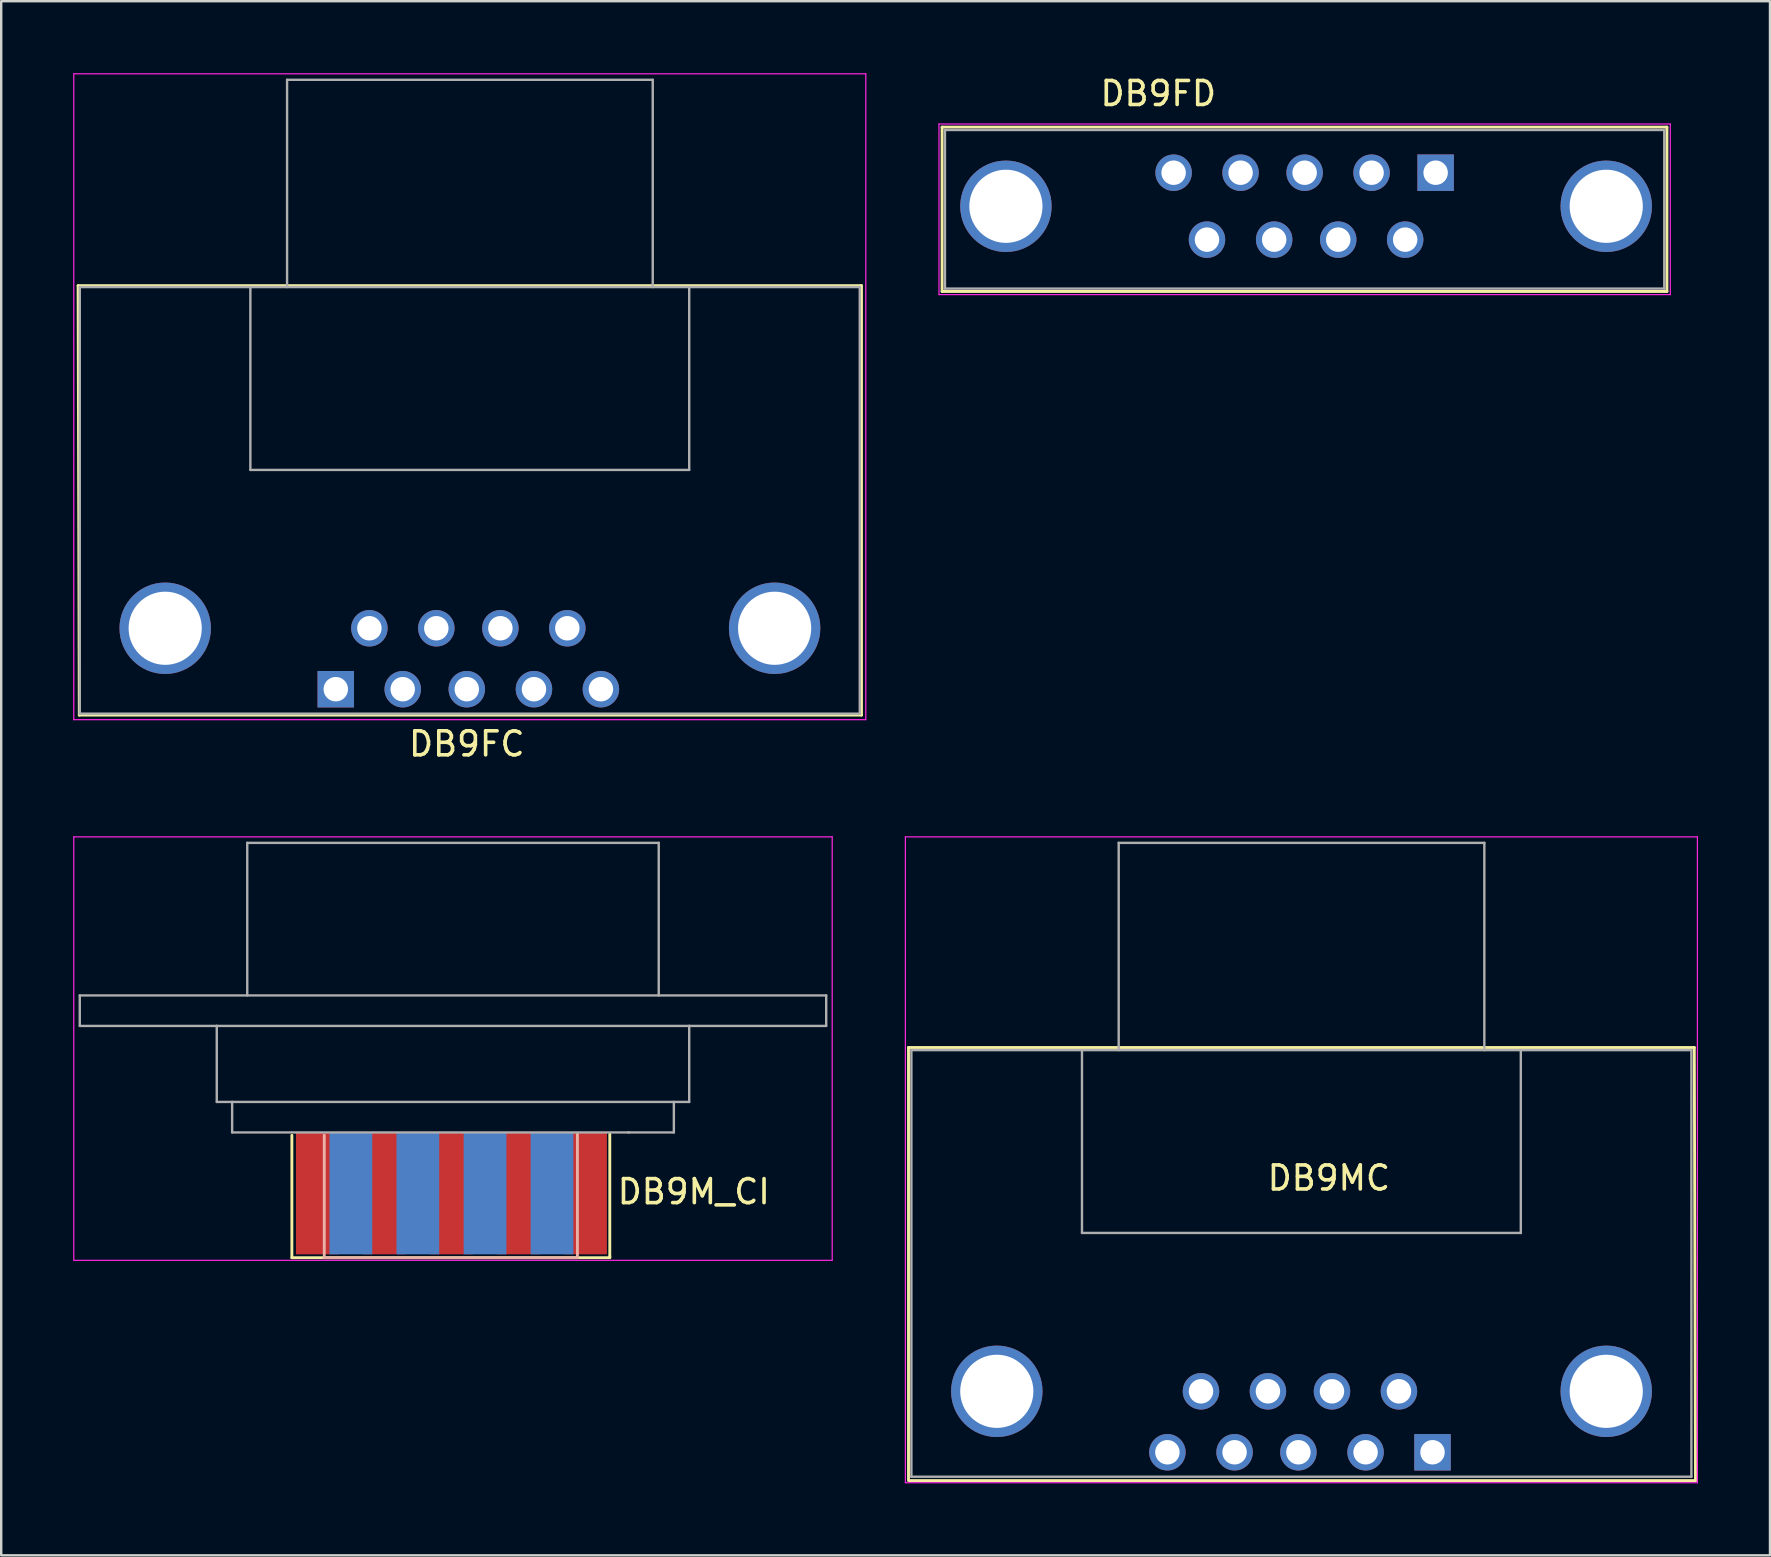
<source format=kicad_pcb>
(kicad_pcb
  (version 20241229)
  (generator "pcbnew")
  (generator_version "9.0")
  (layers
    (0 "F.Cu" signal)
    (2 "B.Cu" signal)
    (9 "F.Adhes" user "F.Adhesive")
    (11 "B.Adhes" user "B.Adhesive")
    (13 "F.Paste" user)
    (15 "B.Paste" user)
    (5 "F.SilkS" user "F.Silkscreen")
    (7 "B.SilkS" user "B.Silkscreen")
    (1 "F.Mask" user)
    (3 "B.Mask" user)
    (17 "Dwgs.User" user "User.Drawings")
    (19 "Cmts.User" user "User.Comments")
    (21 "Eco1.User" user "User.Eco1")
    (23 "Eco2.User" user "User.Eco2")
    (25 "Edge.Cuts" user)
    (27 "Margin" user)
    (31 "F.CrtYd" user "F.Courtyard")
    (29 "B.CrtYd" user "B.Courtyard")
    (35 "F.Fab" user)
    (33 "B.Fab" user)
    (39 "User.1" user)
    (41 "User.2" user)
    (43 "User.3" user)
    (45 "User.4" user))
  (footprint "DB9M_CI"
    (layer "F.Cu")
    (at 15.765 46.688)
    (property "Reference" "DB9M_CI" (at 10.1 -0.07 0) (layer "F.SilkS") (effects (font (size 1 1) (thickness 0.15))))
    (attr smd)
    (fp_line (start -6.65 2.68) (end -6.65 -2.42) (stroke (width 0.12) (type solid)) (layer "F.SilkS"))
    (fp_line (start 6.6 -2.47) (end 6.6 2.63) (stroke (width 0.12) (type solid)) (layer "F.SilkS"))
    (fp_line (start 6.6 2.63) (end 6.6 2.68) (stroke (width 0.12) (type solid)) (layer "F.SilkS"))
    (fp_line (start 6.6 2.68) (end -6.65 2.68) (stroke (width 0.12) (type solid)) (layer "F.SilkS"))
    (fp_line (start -5.3 2.68) (end -5.3 -2.42) (stroke (width 0.12) (type solid)) (layer "B.SilkS"))
    (fp_line (start 5.25 -2.47) (end 5.25 2.68) (stroke (width 0.12) (type solid)) (layer "B.SilkS"))
    (fp_line (start 5.25 2.68) (end -5.3 2.68) (stroke (width 0.12) (type solid)) (layer "B.SilkS"))
    (fp_line (start -15.74 -14.86) (end -15.74 2.79) (stroke (width 0.05) (type solid)) (layer "F.CrtYd"))
    (fp_line (start -15.74 -14.86) (end 15.87 -14.86) (stroke (width 0.05) (type solid)) (layer "F.CrtYd"))
    (fp_line (start 15.87 2.79) (end -15.74 2.79) (stroke (width 0.05) (type solid)) (layer "F.CrtYd"))
    (fp_line (start 15.87 2.79) (end 15.87 -14.86) (stroke (width 0.05) (type solid)) (layer "F.CrtYd"))
    (fp_line (start -15.49 -8.25) (end 15.62 -8.25) (stroke (width 0.1) (type solid)) (layer "F.Fab"))
    (fp_line (start -15.49 -6.98) (end -15.49 -8.25) (stroke (width 0.1) (type solid)) (layer "F.Fab"))
    (fp_line (start -9.78 -6.98) (end -15.49 -6.98) (stroke (width 0.1) (type solid)) (layer "F.Fab"))
    (fp_line (start -9.78 -3.81) (end -9.78 -6.98) (stroke (width 0.1) (type solid)) (layer "F.Fab"))
    (fp_line (start -9.14 -3.81) (end -9.78 -3.81) (stroke (width 0.1) (type solid)) (layer "F.Fab"))
    (fp_line (start -9.14 -2.54) (end -9.14 -3.81) (stroke (width 0.1) (type solid)) (layer "F.Fab"))
    (fp_line (start -8.51 -14.61) (end 8.64 -14.61) (stroke (width 0.1) (type solid)) (layer "F.Fab"))
    (fp_line (start -8.51 -8.25) (end -8.51 -14.61) (stroke (width 0.1) (type solid)) (layer "F.Fab"))
    (fp_line (start 7.37 -2.54) (end 9.27 -2.54) (stroke (width 0.1) (type solid)) (layer "F.Fab"))
    (fp_line (start 7.4 -2.54) (end -9.14 -2.54) (stroke (width 0.1) (type solid)) (layer "F.Fab"))
    (fp_line (start 8.64 -8.25) (end 8.64 -14.61) (stroke (width 0.1) (type solid)) (layer "F.Fab"))
    (fp_line (start 9.27 -3.81) (end -9.14 -3.81) (stroke (width 0.1) (type solid)) (layer "F.Fab"))
    (fp_line (start 9.27 -2.54) (end 9.27 -3.81) (stroke (width 0.1) (type solid)) (layer "F.Fab"))
    (fp_line (start 9.91 -6.98) (end -9.78 -6.98) (stroke (width 0.1) (type solid)) (layer "F.Fab"))
    (fp_line (start 9.91 -3.81) (end 9.27 -3.81) (stroke (width 0.1) (type solid)) (layer "F.Fab"))
    (fp_line (start 9.91 -3.81) (end 9.91 -6.98) (stroke (width 0.1) (type solid)) (layer "F.Fab"))
    (fp_line (start 15.62 -6.98) (end 9.91 -6.98) (stroke (width 0.1) (type solid)) (layer "F.Fab"))
    (fp_line (start 15.62 -6.98) (end 15.62 -8.25) (stroke (width 0.1) (type solid)) (layer "F.Fab"))
    (pad "1" connect rect (at 5.59 0) (size 1.78 5.08) (layers "F.Cu" "F.Mask"))
    (pad "2" connect rect (at 2.8 0) (size 1.78 5.08) (layers "F.Cu" "F.Mask"))
    (pad "3" connect rect (at 0 0) (size 1.78 5.08) (layers "F.Cu" "F.Mask"))
    (pad "4" connect rect (at -2.79 0) (size 1.78 5.08) (layers "F.Cu" "F.Mask"))
    (pad "5" connect rect (at -5.59 0) (size 1.78 5.08) (layers "F.Cu" "F.Mask"))
    (pad "6" connect rect (at 4.19 0) (size 1.78 5.08) (layers "B.Cu" "B.Mask"))
    (pad "7" connect rect (at 1.4 0) (size 1.78 5.08) (layers "B.Cu" "B.Mask"))
    (pad "8" connect rect (at -1.4 0) (size 1.78 5.08) (layers "B.Cu" "B.Mask"))
    (pad "9" connect rect (at -4.19 0) (size 1.78 5.08) (layers "B.Cu" "B.Mask")))
  (footprint "DB9MC"
    (layer "F.Cu")
    (at 56.655 57.478)
    (property "Reference" "DB9MC" (at -4.32 -11.43 0) (layer "F.SilkS") (effects (font (size 1 1) (thickness 0.15))))
    (attr through_hole)
    (fp_line (start -21.84 -16.87) (end 10.91 -16.87) (stroke (width 0.12) (type solid)) (layer "F.SilkS"))
    (fp_line (start -21.84 1.13) (end -21.84 -16.87) (stroke (width 0.12) (type solid)) (layer "F.SilkS"))
    (fp_line (start 10.91 -16.87) (end 10.96 1.18) (stroke (width 0.12) (type solid)) (layer "F.SilkS"))
    (fp_line (start 10.96 1.18) (end -21.84 1.18) (stroke (width 0.12) (type solid)) (layer "F.SilkS"))
    (fp_line (start -21.97 -25.65) (end -21.97 1.27) (stroke (width 0.05) (type solid)) (layer "F.CrtYd"))
    (fp_line (start -21.97 -25.65) (end 11.04 -25.65) (stroke (width 0.05) (type solid)) (layer "F.CrtYd"))
    (fp_line (start 11.04 1.27) (end -21.97 1.27) (stroke (width 0.05) (type solid)) (layer "F.CrtYd"))
    (fp_line (start 11.04 1.27) (end 11.04 -25.65) (stroke (width 0.05) (type solid)) (layer "F.CrtYd"))
    (fp_line (start -21.72 -16.76) (end -21.72 1.02) (stroke (width 0.1) (type solid)) (layer "F.Fab"))
    (fp_line (start -21.72 1.02) (end 10.79 1.02) (stroke (width 0.1) (type solid)) (layer "F.Fab"))
    (fp_line (start -14.61 -16.76) (end -14.61 -9.14) (stroke (width 0.1) (type solid)) (layer "F.Fab"))
    (fp_line (start -14.61 -9.14) (end 3.68 -9.14) (stroke (width 0.1) (type solid)) (layer "F.Fab"))
    (fp_line (start -13.08 -25.4) (end 2.16 -25.4) (stroke (width 0.1) (type solid)) (layer "F.Fab"))
    (fp_line (start -13.08 -16.76) (end -13.08 -25.4) (stroke (width 0.1) (type solid)) (layer "F.Fab"))
    (fp_line (start 2.16 -25.4) (end 2.16 -16.76) (stroke (width 0.1) (type solid)) (layer "F.Fab"))
    (fp_line (start 3.68 -9.14) (end 3.68 -16.76) (stroke (width 0.1) (type solid)) (layer "F.Fab"))
    (fp_line (start 10.79 -16.76) (end -21.72 -16.76) (stroke (width 0.1) (type solid)) (layer "F.Fab"))
    (fp_line (start 10.79 1.02) (end 10.79 -16.76) (stroke (width 0.1) (type solid)) (layer "F.Fab"))
    (pad "" thru_hole circle (at -18.16 -2.54) (size 3.81 3.81) (drill 3.05) (layers "*.Cu" "*.Mask"))
    (pad "" thru_hole circle (at 7.24 -2.54) (size 3.81 3.81) (drill 3.05) (layers "*.Cu" "*.Mask"))
    (pad "1" thru_hole rect (at 0 0) (size 1.52 1.52) (drill 1.02) (layers "*.Cu" "*.Mask"))
    (pad "2" thru_hole circle (at -2.79 0) (size 1.52 1.52) (drill 1.02) (layers "*.Cu" "*.Mask"))
    (pad "3" thru_hole circle (at -5.59 0) (size 1.52 1.52) (drill 1.02) (layers "*.Cu" "*.Mask"))
    (pad "4" thru_hole circle (at -8.25 0) (size 1.52 1.52) (drill 1.02) (layers "*.Cu" "*.Mask"))
    (pad "5" thru_hole circle (at -11.05 0) (size 1.52 1.52) (drill 1.02) (layers "*.Cu" "*.Mask"))
    (pad "6" thru_hole circle (at -1.4 -2.54) (size 1.52 1.52) (drill 1.02) (layers "*.Cu" "*.Mask"))
    (pad "7" thru_hole circle (at -4.19 -2.54) (size 1.52 1.52) (drill 1.02) (layers "*.Cu" "*.Mask"))
    (pad "8" thru_hole circle (at -6.86 -2.54) (size 1.52 1.52) (drill 1.02) (layers "*.Cu" "*.Mask"))
    (pad "9" thru_hole circle (at -9.65 -2.54) (size 1.52 1.52) (drill 1.02) (layers "*.Cu" "*.Mask")))
  (footprint "DB9FD"
    (layer "F.Cu")
    (at 56.785 4.148)
    (property "Reference" "DB9FD" (at -11.56 -3.3 180) (layer "F.SilkS") (effects (font (size 1 1) (thickness 0.15))))
    (attr through_hole)
    (fp_line (start -20.57 -1.9) (end -20.57 4.95) (stroke (width 0.12) (type solid)) (layer "F.SilkS"))
    (fp_line (start -20.57 -1.9) (end 9.64 -1.9) (stroke (width 0.12) (type solid)) (layer "F.SilkS"))
    (fp_line (start 9.64 4.95) (end -20.57 4.95) (stroke (width 0.12) (type solid)) (layer "F.SilkS"))
    (fp_line (start 9.64 4.95) (end 9.64 -1.9) (stroke (width 0.12) (type solid)) (layer "F.SilkS"))
    (fp_line (start -20.7 -2.03) (end -20.7 5.08) (stroke (width 0.05) (type solid)) (layer "F.CrtYd"))
    (fp_line (start -20.7 -2.03) (end 9.78 -2.03) (stroke (width 0.05) (type solid)) (layer "F.CrtYd"))
    (fp_line (start 9.78 5.08) (end -20.7 5.08) (stroke (width 0.05) (type solid)) (layer "F.CrtYd"))
    (fp_line (start 9.78 5.08) (end 9.78 -2.03) (stroke (width 0.05) (type solid)) (layer "F.CrtYd"))
    (fp_line (start -20.45 -1.78) (end -20.45 4.83) (stroke (width 0.1) (type solid)) (layer "F.Fab"))
    (fp_line (start -20.45 4.83) (end 9.53 4.83) (stroke (width 0.1) (type solid)) (layer "F.Fab"))
    (fp_line (start 9.53 -1.78) (end -20.45 -1.78) (stroke (width 0.1) (type solid)) (layer "F.Fab"))
    (fp_line (start 9.53 4.83) (end 9.53 -1.78) (stroke (width 0.1) (type solid)) (layer "F.Fab"))
    (pad "0" thru_hole circle (at -17.91 1.4) (size 3.81 3.81) (drill 3.05) (layers "*.Cu" "*.Mask"))
    (pad "0" thru_hole circle (at 7.11 1.4) (size 3.81 3.81) (drill 3.05) (layers "*.Cu" "*.Mask"))
    (pad "1" thru_hole rect (at 0 0) (size 1.52 1.52) (drill 1.02) (layers "*.Cu" "*.Mask"))
    (pad "2" thru_hole circle (at -2.67 0) (size 1.52 1.52) (drill 1.02) (layers "*.Cu" "*.Mask"))
    (pad "3" thru_hole circle (at -5.46 0) (size 1.52 1.52) (drill 1.02) (layers "*.Cu" "*.Mask"))
    (pad "4" thru_hole circle (at -8.13 0) (size 1.52 1.52) (drill 1.02) (layers "*.Cu" "*.Mask"))
    (pad "5" thru_hole circle (at -10.92 0) (size 1.52 1.52) (drill 1.02) (layers "*.Cu" "*.Mask"))
    (pad "6" thru_hole circle (at -1.27 2.79) (size 1.52 1.52) (drill 1.02) (layers "*.Cu" "*.Mask"))
    (pad "7" thru_hole circle (at -4.06 2.79) (size 1.52 1.52) (drill 1.02) (layers "*.Cu" "*.Mask"))
    (pad "8" thru_hole circle (at -6.73 2.79) (size 1.52 1.52) (drill 1.02) (layers "*.Cu" "*.Mask"))
    (pad "9" thru_hole circle (at -9.53 2.79) (size 1.52 1.52) (drill 1.02) (layers "*.Cu" "*.Mask")))
  (footprint "DB9FC"
    (layer "F.Cu")
    (at 10.945 25.675)
    (property "Reference" "DB9FC" (at 5.46 2.28 0) (layer "F.SilkS") (effects (font (size 1 1) (thickness 0.15))))
    (attr through_hole)
    (fp_line (start -10.74 -16.82) (end -10.69 1.08) (stroke (width 0.12) (type solid)) (layer "F.SilkS"))
    (fp_line (start -10.69 1.08) (end 21.91 1.08) (stroke (width 0.12) (type solid)) (layer "F.SilkS"))
    (fp_line (start 21.91 -16.82) (end -10.74 -16.82) (stroke (width 0.12) (type solid)) (layer "F.SilkS"))
    (fp_line (start 21.91 1.08) (end 21.91 -16.82) (stroke (width 0.12) (type solid)) (layer "F.SilkS"))
    (fp_line (start -10.92 -25.65) (end -10.92 1.27) (stroke (width 0.05) (type solid)) (layer "F.CrtYd"))
    (fp_line (start -10.92 -25.65) (end 22.09 -25.65) (stroke (width 0.05) (type solid)) (layer "F.CrtYd"))
    (fp_line (start 22.09 1.27) (end -10.92 1.27) (stroke (width 0.05) (type solid)) (layer "F.CrtYd"))
    (fp_line (start 22.09 1.27) (end 22.09 -25.65) (stroke (width 0.05) (type solid)) (layer "F.CrtYd"))
    (fp_line (start -10.67 -16.76) (end -10.67 1.02) (stroke (width 0.1) (type solid)) (layer "F.Fab"))
    (fp_line (start -10.67 1.02) (end 21.84 1.02) (stroke (width 0.1) (type solid)) (layer "F.Fab"))
    (fp_line (start -3.56 -16.76) (end -3.56 -9.14) (stroke (width 0.1) (type solid)) (layer "F.Fab"))
    (fp_line (start -3.56 -9.14) (end 14.73 -9.14) (stroke (width 0.1) (type solid)) (layer "F.Fab"))
    (fp_line (start -2.03 -25.4) (end 13.21 -25.4) (stroke (width 0.1) (type solid)) (layer "F.Fab"))
    (fp_line (start -2.03 -16.76) (end -2.03 -25.4) (stroke (width 0.1) (type solid)) (layer "F.Fab"))
    (fp_line (start 13.21 -25.4) (end 13.21 -16.76) (stroke (width 0.1) (type solid)) (layer "F.Fab"))
    (fp_line (start 14.73 -9.14) (end 14.73 -16.76) (stroke (width 0.1) (type solid)) (layer "F.Fab"))
    (fp_line (start 21.84 -16.76) (end -10.67 -16.76) (stroke (width 0.1) (type solid)) (layer "F.Fab"))
    (fp_line (start 21.84 1.02) (end 21.84 -16.76) (stroke (width 0.1) (type solid)) (layer "F.Fab"))
    (pad "" thru_hole circle (at -7.11 -2.54) (size 3.81 3.81) (drill 3.05) (layers "*.Cu" "*.Mask"))
    (pad "" thru_hole circle (at 18.29 -2.54) (size 3.81 3.81) (drill 3.05) (layers "*.Cu" "*.Mask"))
    (pad "1" thru_hole rect (at 0 0) (size 1.52 1.52) (drill 1.02) (layers "*.Cu" "*.Mask"))
    (pad "2" thru_hole circle (at 2.79 0) (size 1.52 1.52) (drill 1.02) (layers "*.Cu" "*.Mask"))
    (pad "3" thru_hole circle (at 5.46 0) (size 1.52 1.52) (drill 1.02) (layers "*.Cu" "*.Mask"))
    (pad "4" thru_hole circle (at 8.26 0) (size 1.52 1.52) (drill 1.02) (layers "*.Cu" "*.Mask"))
    (pad "5" thru_hole circle (at 11.05 0) (size 1.52 1.52) (drill 1.02) (layers "*.Cu" "*.Mask"))
    (pad "6" thru_hole circle (at 1.4 -2.54) (size 1.52 1.52) (drill 1.02) (layers "*.Cu" "*.Mask"))
    (pad "7" thru_hole circle (at 4.19 -2.54) (size 1.52 1.52) (drill 1.02) (layers "*.Cu" "*.Mask"))
    (pad "8" thru_hole circle (at 6.86 -2.54) (size 1.52 1.52) (drill 1.02) (layers "*.Cu" "*.Mask"))
    (pad "9" thru_hole circle (at 9.65 -2.54) (size 1.52 1.52) (drill 1.02) (layers "*.Cu" "*.Mask")))
  (gr_rect
    (start -3 -3)
    (end 70.72 61.773)
    (stroke (width 0.1) (type default))
    (fill no)
    (layer "Edge.Cuts")))
</source>
